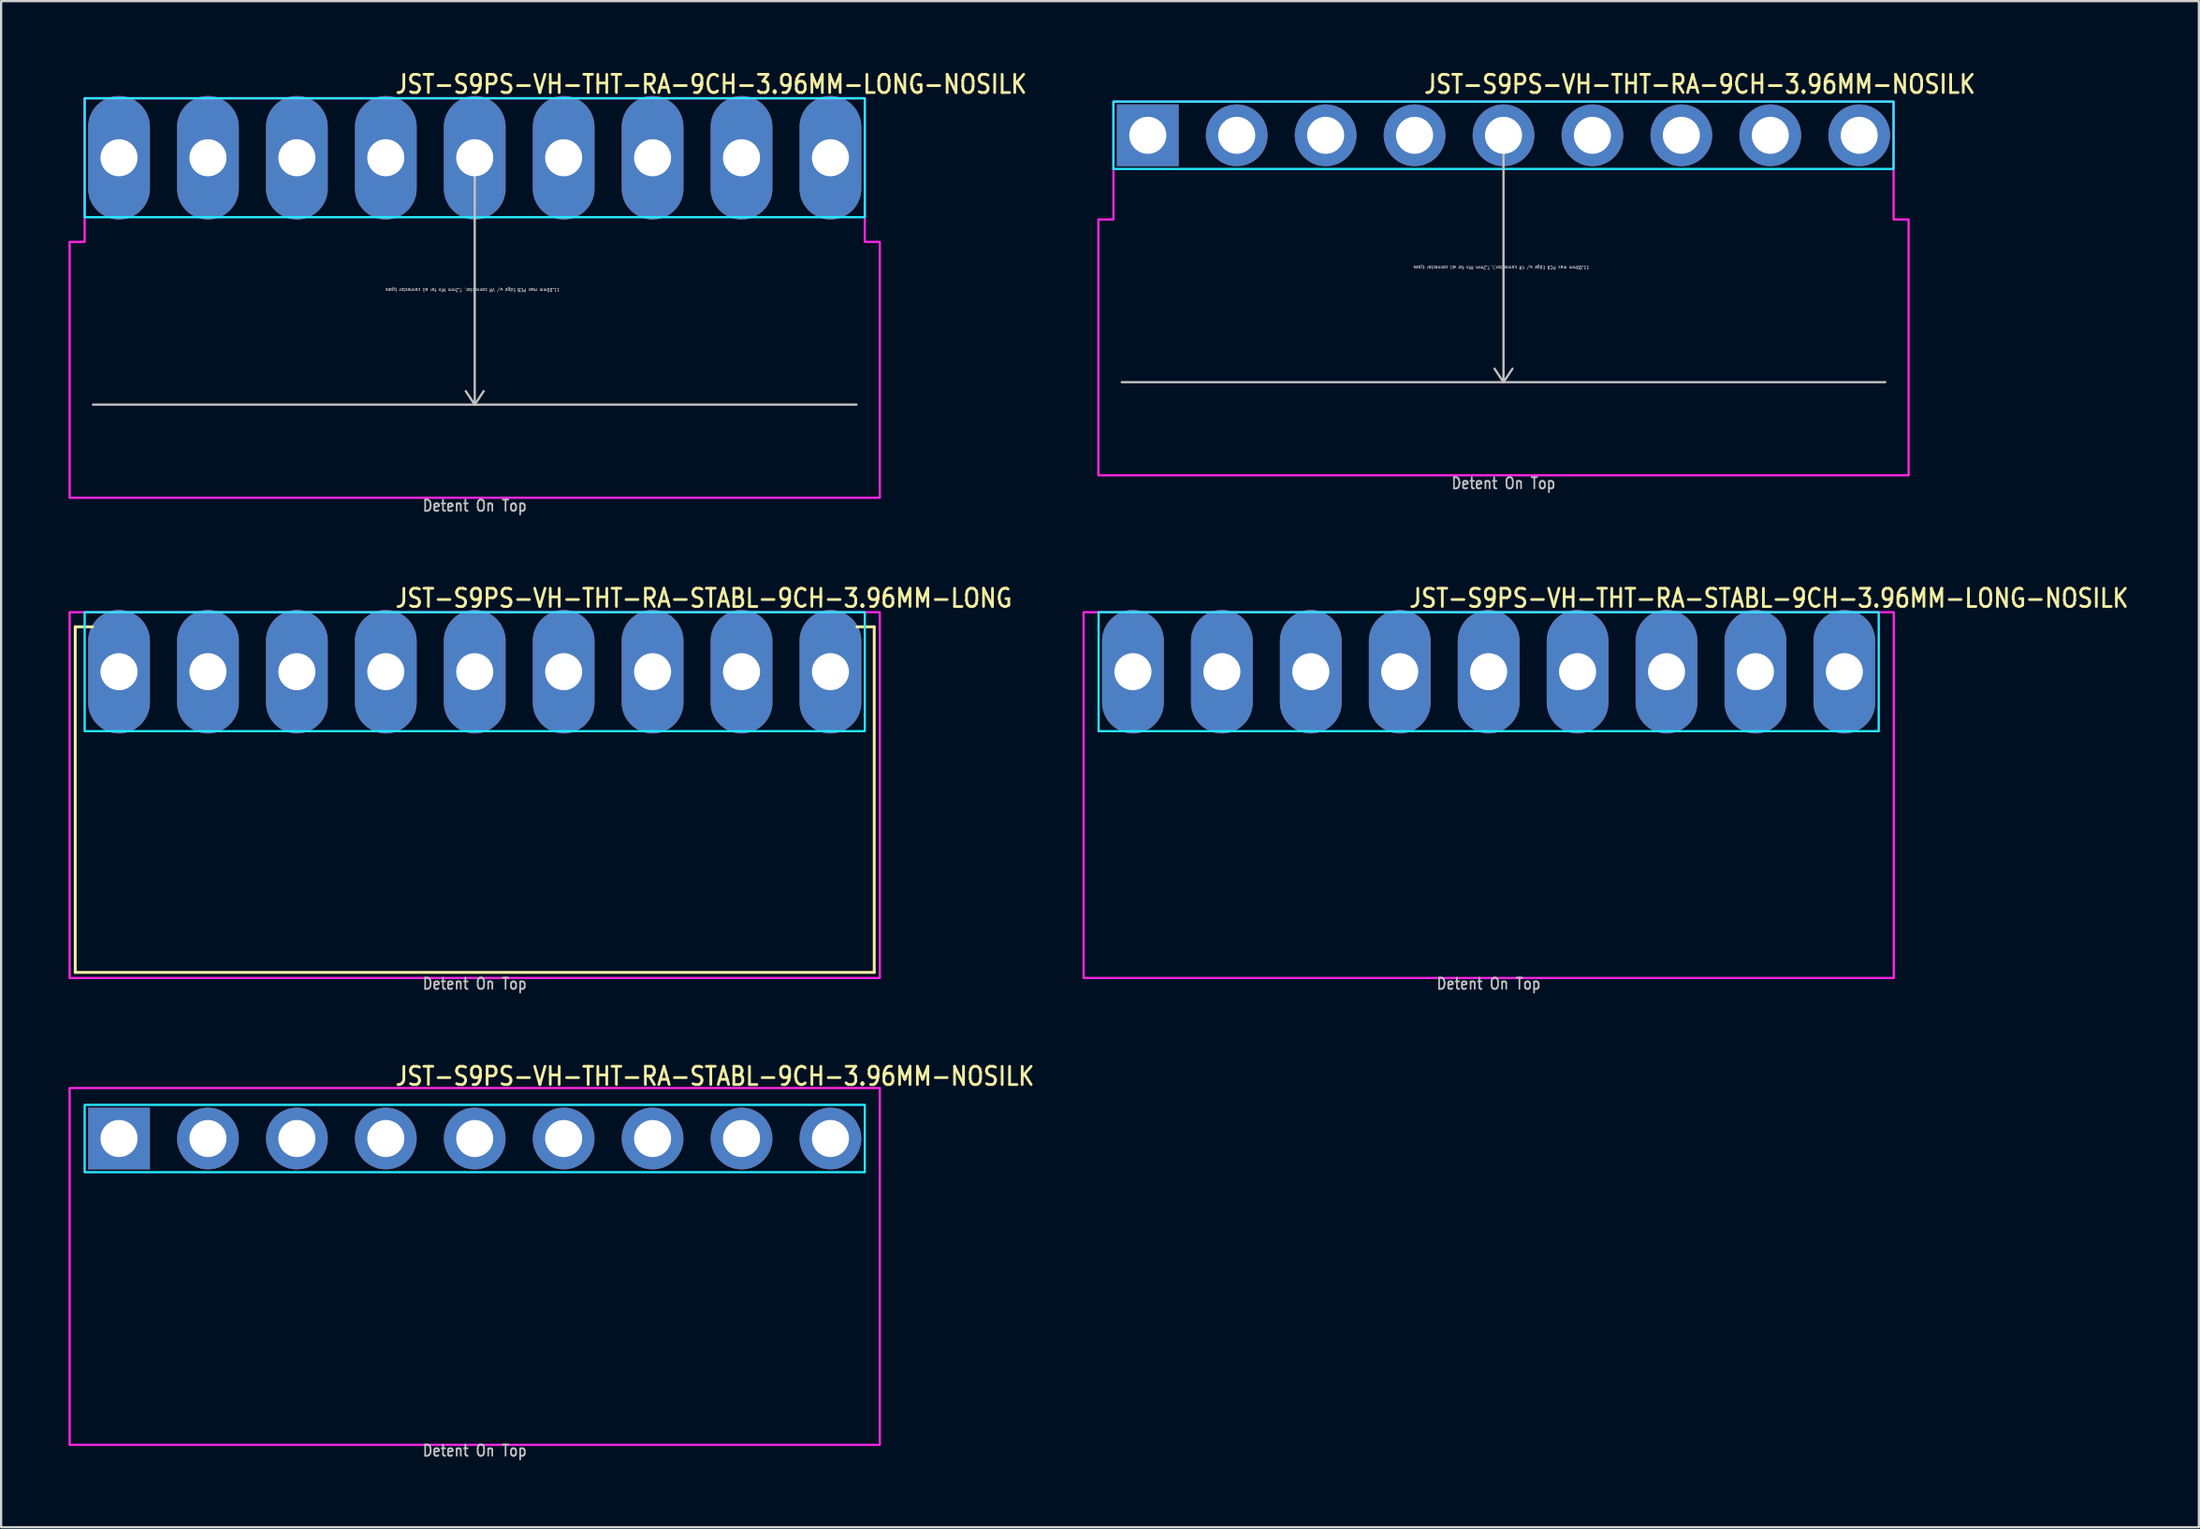
<source format=kicad_pcb>
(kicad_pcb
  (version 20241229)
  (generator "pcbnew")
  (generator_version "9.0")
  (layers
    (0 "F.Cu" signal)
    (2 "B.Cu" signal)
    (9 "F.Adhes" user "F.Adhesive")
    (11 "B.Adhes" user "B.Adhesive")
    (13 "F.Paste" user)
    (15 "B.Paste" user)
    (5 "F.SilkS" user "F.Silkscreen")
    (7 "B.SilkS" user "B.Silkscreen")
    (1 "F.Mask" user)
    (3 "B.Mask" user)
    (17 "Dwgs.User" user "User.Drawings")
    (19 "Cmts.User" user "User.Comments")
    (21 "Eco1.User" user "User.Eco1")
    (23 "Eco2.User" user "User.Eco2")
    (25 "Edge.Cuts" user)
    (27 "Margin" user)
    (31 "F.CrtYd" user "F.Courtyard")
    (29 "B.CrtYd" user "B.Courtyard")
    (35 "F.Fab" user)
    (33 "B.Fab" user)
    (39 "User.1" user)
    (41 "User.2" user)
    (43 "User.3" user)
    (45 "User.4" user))
  (footprint "JST-S9PS-VH-THT-RA-9CH-3.96MM-LONG-NOSILK"
    (layer "F.Cu")
    (at 18.09 3.979)
    (property "Reference" "JST-S9PS-VH-THT-RA-9CH-3.96MM-LONG-NOSILK" (at -3.6 -2.8 0) (unlocked yes) (layer "F.SilkS") (effects (font (size 0.813 0.695) (thickness 0.122)) (justify left bottom)))
    (fp_line (start -17 11) (end 17 11) (stroke (width 0.1) (type solid)) (layer "Dwgs.User"))
    (fp_line (start 0 0) (end -0.4 0.6) (stroke (width 0.1) (type solid)) (layer "Dwgs.User"))
    (fp_line (start 0 0) (end 0 11) (stroke (width 0.1) (type solid)) (layer "Dwgs.User"))
    (fp_line (start 0 0) (end 0.4 0.6) (stroke (width 0.1) (type solid)) (layer "Dwgs.User"))
    (fp_line (start 0 11) (end -0.4 10.4) (stroke (width 0.1) (type solid)) (layer "Dwgs.User"))
    (fp_line (start 0 11) (end 0.4 10.4) (stroke (width 0.1) (type solid)) (layer "Dwgs.User"))
    (fp_poly (pts (xy -17.37 -2.65) (xy -17.37 2.65) (xy 17.37 2.65) (xy 17.37 -2.65)) (stroke (width 0.1) (type solid)) (fill no) (layer "B.CrtYd"))
    (fp_poly (pts (xy -18.04 3.75) (xy -18.04 15.15) (xy 18.04 15.15) (xy 18.04 3.75) (xy 17.37 3.75) (xy 17.37 -2.65) (xy -17.37 -2.65) (xy -17.37 3.75)) (stroke (width 0.1) (type solid)) (fill no) (layer "F.CrtYd"))
    (fp_text user "11.00mm max PCB Edge w/ VR connector, 7.2mm Min for all connector types" (at -0.1 5.8 180) (unlocked yes) (layer "Dwgs.User") (effects (font (size 0.15 0.128) (thickness 0.022)) (justify bottom)))
    (fp_text user "Detent On Top" (at 0 15.8 0) (unlocked yes) (layer "Dwgs.User") (effects (font (size 0.5 0.427) (thickness 0.075)) (justify bottom)))
    (pad "1" thru_hole oval (at -15.84 0 90) (size 5.5 2.75) (drill 1.65) (layers "*.Cu" "*.Mask"))
    (pad "2" thru_hole oval (at -11.88 0 90) (size 5.5 2.75) (drill 1.65) (layers "*.Cu" "*.Mask"))
    (pad "3" thru_hole oval (at -7.92 0 90) (size 5.5 2.75) (drill 1.65) (layers "*.Cu" "*.Mask"))
    (pad "4" thru_hole oval (at -3.96 0 90) (size 5.5 2.75) (drill 1.65) (layers "*.Cu" "*.Mask"))
    (pad "5" thru_hole oval (at 0 0 90) (size 5.5 2.75) (drill 1.65) (layers "*.Cu" "*.Mask"))
    (pad "6" thru_hole oval (at 3.96 0 90) (size 5.5 2.75) (drill 1.65) (layers "*.Cu" "*.Mask"))
    (pad "7" thru_hole oval (at 7.92 0 90) (size 5.5 2.75) (drill 1.65) (layers "*.Cu" "*.Mask"))
    (pad "8" thru_hole oval (at 11.88 0 90) (size 5.5 2.75) (drill 1.65) (layers "*.Cu" "*.Mask"))
    (pad "9" thru_hole oval (at 15.84 0 90) (size 5.5 2.75) (drill 1.65) (layers "*.Cu" "*.Mask")))
  (footprint "JST-S9PS-VH-THT-RA-STABL-9CH-3.96MM-LONG"
    (layer "F.Cu")
    (at 18.09 26.88)
    (property "Reference" "JST-S9PS-VH-THT-RA-STABL-9CH-3.96MM-LONG" (at -3.6 -2.8 0) (unlocked yes) (layer "F.SilkS") (effects (font (size 0.813 0.695) (thickness 0.122)) (justify left bottom)))
    (fp_line (start -17.79 -2) (end -17.02 -2) (stroke (width 0.127) (type solid)) (layer "F.SilkS"))
    (fp_line (start -17.79 13.4) (end -17.79 -2) (stroke (width 0.127) (type solid)) (layer "F.SilkS"))
    (fp_line (start -17.79 13.4) (end 17.79 13.4) (stroke (width 0.127) (type solid)) (layer "F.SilkS"))
    (fp_line (start 17.79 -2) (end 17.02 -2) (stroke (width 0.127) (type solid)) (layer "F.SilkS"))
    (fp_line (start 17.79 -2) (end 17.79 13.4) (stroke (width 0.127) (type solid)) (layer "F.SilkS"))
    (fp_poly (pts (xy -17.37 -2.65) (xy -17.37 2.65) (xy 17.37 2.65) (xy 17.37 -2.65)) (stroke (width 0.1) (type solid)) (fill no) (layer "B.CrtYd"))
    (fp_poly (pts (xy -18.04 -2.65) (xy -18.04 13.65) (xy 18.04 13.65) (xy 18.04 -2.65)) (stroke (width 0.1) (type solid)) (fill no) (layer "F.CrtYd"))
    (fp_text user "Detent On Top" (at 0 14.2 0) (unlocked yes) (layer "Dwgs.User") (effects (font (size 0.5 0.427) (thickness 0.075)) (justify bottom)))
    (pad "1" thru_hole oval (at -15.84 0 90) (size 5.5 2.75) (drill 1.65) (layers "*.Cu" "*.Mask"))
    (pad "2" thru_hole oval (at -11.88 0 90) (size 5.5 2.75) (drill 1.65) (layers "*.Cu" "*.Mask"))
    (pad "3" thru_hole oval (at -7.92 0 90) (size 5.5 2.75) (drill 1.65) (layers "*.Cu" "*.Mask"))
    (pad "4" thru_hole oval (at -3.96 0 90) (size 5.5 2.75) (drill 1.65) (layers "*.Cu" "*.Mask"))
    (pad "5" thru_hole oval (at 0 0 90) (size 5.5 2.75) (drill 1.65) (layers "*.Cu" "*.Mask"))
    (pad "6" thru_hole oval (at 3.96 0 90) (size 5.5 2.75) (drill 1.65) (layers "*.Cu" "*.Mask"))
    (pad "7" thru_hole oval (at 7.92 0 90) (size 5.5 2.75) (drill 1.65) (layers "*.Cu" "*.Mask"))
    (pad "8" thru_hole oval (at 11.88 0 90) (size 5.5 2.75) (drill 1.65) (layers "*.Cu" "*.Mask"))
    (pad "9" thru_hole oval (at 15.84 0 90) (size 5.5 2.75) (drill 1.65) (layers "*.Cu" "*.Mask")))
  (footprint "JST-S9PS-VH-THT-RA-9CH-3.96MM-NOSILK"
    (layer "F.Cu")
    (at 63.902 2.979)
    (property "Reference" "JST-S9PS-VH-THT-RA-9CH-3.96MM-NOSILK" (at -3.6 -1.8 0) (unlocked yes) (layer "F.SilkS") (effects (font (size 0.813 0.695) (thickness 0.122)) (justify left bottom)))
    (fp_line (start -17 11) (end 17 11) (stroke (width 0.1) (type solid)) (layer "Dwgs.User"))
    (fp_line (start 0 0) (end -0.4 0.6) (stroke (width 0.1) (type solid)) (layer "Dwgs.User"))
    (fp_line (start 0 0) (end 0 11) (stroke (width 0.1) (type solid)) (layer "Dwgs.User"))
    (fp_line (start 0 0) (end 0.4 0.6) (stroke (width 0.1) (type solid)) (layer "Dwgs.User"))
    (fp_line (start 0 11) (end -0.4 10.4) (stroke (width 0.1) (type solid)) (layer "Dwgs.User"))
    (fp_line (start 0 11) (end 0.4 10.4) (stroke (width 0.1) (type solid)) (layer "Dwgs.User"))
    (fp_poly (pts (xy -17.37 -1.5) (xy -17.37 1.5) (xy 17.37 1.5) (xy 17.37 -1.5)) (stroke (width 0.1) (type solid)) (fill no) (layer "B.CrtYd"))
    (fp_poly (pts (xy -18.04 3.75) (xy -18.04 15.15) (xy 18.04 15.15) (xy 18.04 3.75) (xy 17.37 3.75) (xy 17.37 -1.5) (xy -17.37 -1.5) (xy -17.37 3.75)) (stroke (width 0.1) (type solid)) (fill no) (layer "F.CrtYd"))
    (fp_text user "Detent On Top" (at 0 15.8 0) (unlocked yes) (layer "Dwgs.User") (effects (font (size 0.5 0.427) (thickness 0.075)) (justify bottom)))
    (fp_text user "11.00mm max PCB Edge w/ VR connector,\\ 7.2mm Min for all connector types" (at -0.1 5.8 180) (unlocked yes) (layer "Dwgs.User") (effects (font (size 0.15 0.128) (thickness 0.022)) (justify bottom)))
    (pad "1" thru_hole rect (at -15.84 0) (size 2.75 2.75) (drill 1.65) (layers "*.Cu" "*.Mask"))
    (pad "2" thru_hole oval (at -11.88 0) (size 2.75 2.75) (drill 1.65) (layers "*.Cu" "*.Mask"))
    (pad "3" thru_hole oval (at -7.92 0) (size 2.75 2.75) (drill 1.65) (layers "*.Cu" "*.Mask"))
    (pad "4" thru_hole oval (at -3.96 0) (size 2.75 2.75) (drill 1.65) (layers "*.Cu" "*.Mask"))
    (pad "5" thru_hole oval (at 0 0) (size 2.75 2.75) (drill 1.65) (layers "*.Cu" "*.Mask"))
    (pad "6" thru_hole oval (at 3.96 0) (size 2.75 2.75) (drill 1.65) (layers "*.Cu" "*.Mask"))
    (pad "7" thru_hole oval (at 7.92 0) (size 2.75 2.75) (drill 1.65) (layers "*.Cu" "*.Mask"))
    (pad "8" thru_hole oval (at 11.88 0) (size 2.75 2.75) (drill 1.65) (layers "*.Cu" "*.Mask"))
    (pad "9" thru_hole oval (at 15.84 0) (size 2.75 2.75) (drill 1.65) (layers "*.Cu" "*.Mask")))
  (footprint "JST-S9PS-VH-THT-RA-STABL-9CH-3.96MM-NOSILK"
    (layer "F.Cu")
    (at 18.09 47.682)
    (property "Reference" "JST-S9PS-VH-THT-RA-STABL-9CH-3.96MM-NOSILK" (at -3.6 -2.3 0) (unlocked yes) (layer "F.SilkS") (effects (font (size 0.813 0.695) (thickness 0.122)) (justify left bottom)))
    (fp_poly (pts (xy -17.37 -1.5) (xy -17.37 1.5) (xy 17.37 1.5) (xy 17.37 -1.5)) (stroke (width 0.1) (type solid)) (fill no) (layer "B.CrtYd"))
    (fp_poly (pts (xy -18.04 13.65) (xy 18.04 13.65) (xy 18.04 -2.25) (xy -18.04 -2.25)) (stroke (width 0.1) (type solid)) (fill no) (layer "F.CrtYd"))
    (fp_text user "Detent On Top" (at 0 14.2 0) (unlocked yes) (layer "Dwgs.User") (effects (font (size 0.5 0.427) (thickness 0.075)) (justify bottom)))
    (pad "1" thru_hole rect (at -15.84 0) (size 2.75 2.75) (drill 1.65) (layers "*.Cu" "*.Mask"))
    (pad "2" thru_hole oval (at -11.88 0) (size 2.75 2.75) (drill 1.65) (layers "*.Cu" "*.Mask"))
    (pad "3" thru_hole oval (at -7.92 0) (size 2.75 2.75) (drill 1.65) (layers "*.Cu" "*.Mask"))
    (pad "4" thru_hole oval (at -3.96 0) (size 2.75 2.75) (drill 1.65) (layers "*.Cu" "*.Mask"))
    (pad "5" thru_hole oval (at 0 0) (size 2.75 2.75) (drill 1.65) (layers "*.Cu" "*.Mask"))
    (pad "6" thru_hole oval (at 3.96 0) (size 2.75 2.75) (drill 1.65) (layers "*.Cu" "*.Mask"))
    (pad "7" thru_hole oval (at 7.92 0) (size 2.75 2.75) (drill 1.65) (layers "*.Cu" "*.Mask"))
    (pad "8" thru_hole oval (at 11.88 0) (size 2.75 2.75) (drill 1.65) (layers "*.Cu" "*.Mask"))
    (pad "9" thru_hole oval (at 15.84 0) (size 2.75 2.75) (drill 1.65) (layers "*.Cu" "*.Mask")))
  (footprint "JST-S9PS-VH-THT-RA-STABL-9CH-3.96MM-LONG-NOSILK"
    (layer "F.Cu")
    (at 63.241 26.88)
    (property "Reference" "JST-S9PS-VH-THT-RA-STABL-9CH-3.96MM-LONG-NOSILK" (at -3.6 -2.8 0) (unlocked yes) (layer "F.SilkS") (effects (font (size 0.813 0.695) (thickness 0.122)) (justify left bottom)))
    (fp_poly (pts (xy -17.37 -2.65) (xy -17.37 2.65) (xy 17.37 2.65) (xy 17.37 -2.65)) (stroke (width 0.1) (type solid)) (fill no) (layer "B.CrtYd"))
    (fp_poly (pts (xy -18.04 -2.65) (xy -18.04 13.65) (xy 18.04 13.65) (xy 18.04 -2.65)) (stroke (width 0.1) (type solid)) (fill no) (layer "F.CrtYd"))
    (fp_text user "Detent On Top" (at 0 14.2 0) (unlocked yes) (layer "Dwgs.User") (effects (font (size 0.5 0.427) (thickness 0.075)) (justify bottom)))
    (pad "1" thru_hole oval (at -15.84 0 90) (size 5.5 2.75) (drill 1.65) (layers "*.Cu" "*.Mask"))
    (pad "2" thru_hole oval (at -11.88 0 90) (size 5.5 2.75) (drill 1.65) (layers "*.Cu" "*.Mask"))
    (pad "3" thru_hole oval (at -7.92 0 90) (size 5.5 2.75) (drill 1.65) (layers "*.Cu" "*.Mask"))
    (pad "4" thru_hole oval (at -3.96 0 90) (size 5.5 2.75) (drill 1.65) (layers "*.Cu" "*.Mask"))
    (pad "5" thru_hole oval (at 0 0 90) (size 5.5 2.75) (drill 1.65) (layers "*.Cu" "*.Mask"))
    (pad "6" thru_hole oval (at 3.96 0 90) (size 5.5 2.75) (drill 1.65) (layers "*.Cu" "*.Mask"))
    (pad "7" thru_hole oval (at 7.92 0 90) (size 5.5 2.75) (drill 1.65) (layers "*.Cu" "*.Mask"))
    (pad "8" thru_hole oval (at 11.88 0 90) (size 5.5 2.75) (drill 1.65) (layers "*.Cu" "*.Mask"))
    (pad "9" thru_hole oval (at 15.84 0 90) (size 5.5 2.75) (drill 1.65) (layers "*.Cu" "*.Mask")))
  (gr_rect
    (start -3 -3)
    (end 94.868 65.005)
    (stroke (width 0.1) (type default))
    (fill no)
    (layer "Edge.Cuts")))
</source>
